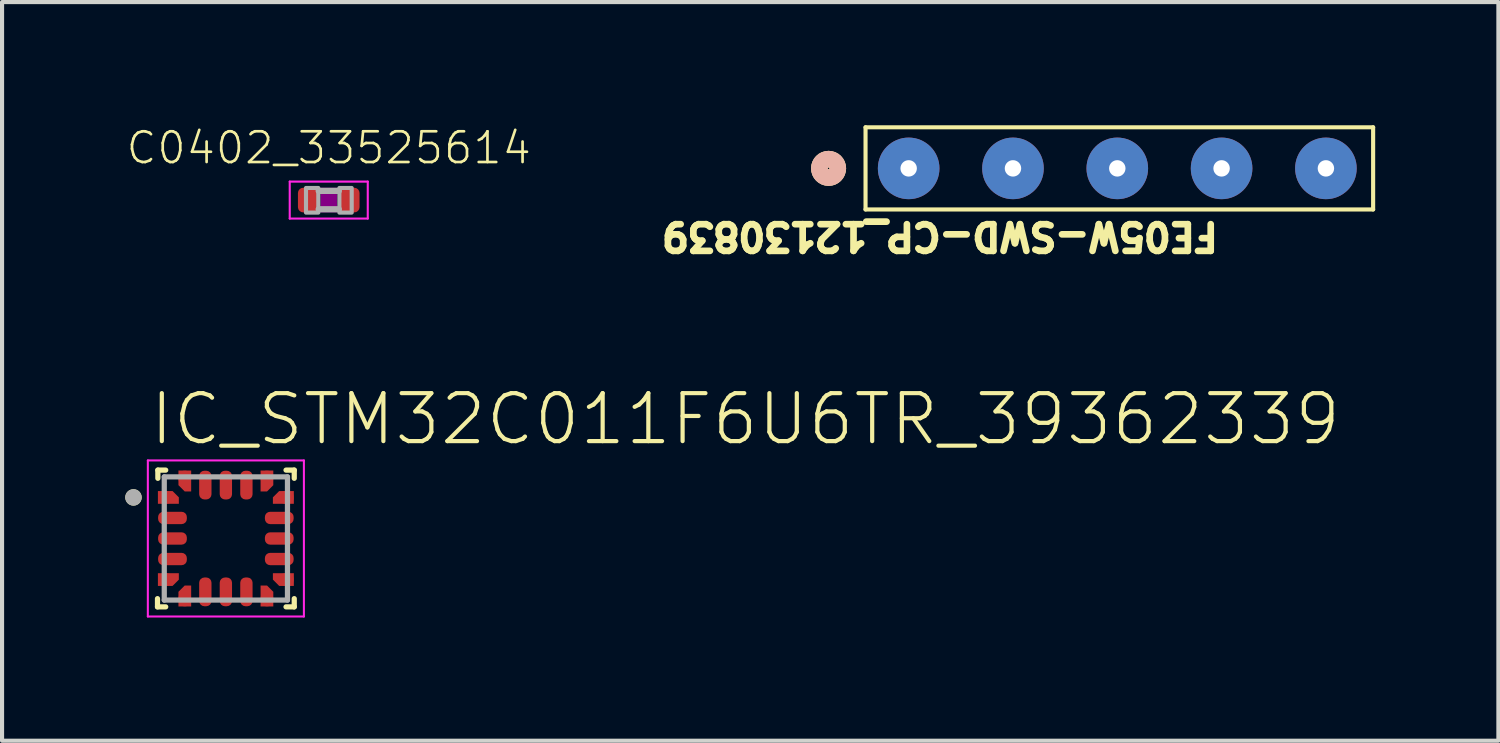
<source format=kicad_pcb>
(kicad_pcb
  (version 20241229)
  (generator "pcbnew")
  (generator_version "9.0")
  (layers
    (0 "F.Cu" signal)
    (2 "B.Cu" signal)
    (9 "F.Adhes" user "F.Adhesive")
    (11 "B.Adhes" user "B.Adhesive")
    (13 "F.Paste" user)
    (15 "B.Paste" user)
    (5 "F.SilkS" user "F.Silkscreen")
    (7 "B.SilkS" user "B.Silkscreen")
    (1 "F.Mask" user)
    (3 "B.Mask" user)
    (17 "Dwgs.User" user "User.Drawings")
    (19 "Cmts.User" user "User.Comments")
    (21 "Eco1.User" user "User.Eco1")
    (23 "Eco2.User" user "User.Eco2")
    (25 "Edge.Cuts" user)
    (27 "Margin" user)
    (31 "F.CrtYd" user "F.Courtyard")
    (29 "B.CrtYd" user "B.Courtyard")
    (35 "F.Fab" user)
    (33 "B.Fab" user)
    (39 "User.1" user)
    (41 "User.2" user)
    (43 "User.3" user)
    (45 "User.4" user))
  (footprint "IC_STM32C011F6U6TR_39362339"
    (layer "F.Cu")
    (at 2.45 10.062)
    (property "Reference" "IC_STM32C011F6U6TR_39362339" (at -1.905 -2.223 0) (unlocked yes) (layer "F.SilkS") (effects (font (size 1.168 1.168) (thickness 0.102)) (justify left bottom)))
    (fp_poly (pts (xy -1.145 -1.002) (xy -1.145 -0.845) (xy -1.655 -0.845) (xy -1.655 -1.155) (xy -1.298 -1.155)) (stroke (width 0) (type default)) (fill yes) (layer "F.Cu"))
    (fp_poly (pts (xy -1.145 1.002) (xy -1.298 1.155) (xy -1.655 1.155) (xy -1.655 0.845) (xy -1.145 0.845)) (stroke (width 0) (type default)) (fill yes) (layer "F.Cu"))
    (fp_poly (pts (xy -0.845 -1.145) (xy -1.002 -1.145) (xy -1.155 -1.298) (xy -1.155 -1.655) (xy -0.845 -1.655)) (stroke (width 0) (type default)) (fill yes) (layer "F.Cu"))
    (fp_poly (pts (xy -0.845 1.655) (xy -1.155 1.655) (xy -1.155 1.298) (xy -1.002 1.145) (xy -0.845 1.145)) (stroke (width 0) (type default)) (fill yes) (layer "F.Cu"))
    (fp_poly (pts (xy 1.155 -1.298) (xy 1.002 -1.145) (xy 0.845 -1.145) (xy 0.845 -1.655) (xy 1.155 -1.655)) (stroke (width 0) (type default)) (fill yes) (layer "F.Cu"))
    (fp_poly (pts (xy 1.155 1.298) (xy 1.155 1.655) (xy 0.845 1.655) (xy 0.845 1.145) (xy 1.002 1.145)) (stroke (width 0) (type default)) (fill yes) (layer "F.Cu"))
    (fp_poly (pts (xy 1.655 -0.845) (xy 1.145 -0.845) (xy 1.145 -1.002) (xy 1.298 -1.155) (xy 1.655 -1.155)) (stroke (width 0) (type default)) (fill yes) (layer "F.Cu"))
    (fp_poly (pts (xy 1.655 1.155) (xy 1.298 1.155) (xy 1.145 1.002) (xy 1.145 0.845) (xy 1.655 0.845)) (stroke (width 0) (type default)) (fill yes) (layer "F.Cu"))
    (fp_poly (pts (xy -1.7 -0.3) (xy -0.9 -0.3) (xy -0.9 -0.7) (xy -1.7 -0.7)) (stroke (width 0) (type default)) (fill yes) (layer "F.Mask"))
    (fp_poly (pts (xy -1.7 0.2) (xy -0.9 0.2) (xy -0.9 -0.2) (xy -1.7 -0.2)) (stroke (width 0) (type default)) (fill yes) (layer "F.Mask"))
    (fp_poly (pts (xy -1.7 0.7) (xy -0.9 0.7) (xy -0.9 0.3) (xy -1.7 0.3)) (stroke (width 0) (type default)) (fill yes) (layer "F.Mask"))
    (fp_poly (pts (xy -0.7 -0.9) (xy -0.3 -0.9) (xy -0.3 -1.7) (xy -0.7 -1.7)) (stroke (width 0) (type default)) (fill yes) (layer "F.Mask"))
    (fp_poly (pts (xy -0.7 1.7) (xy -0.3 1.7) (xy -0.3 0.9) (xy -0.7 0.9)) (stroke (width 0) (type default)) (fill yes) (layer "F.Mask"))
    (fp_poly (pts (xy -0.2 -0.9) (xy 0.2 -0.9) (xy 0.2 -1.7) (xy -0.2 -1.7)) (stroke (width 0) (type default)) (fill yes) (layer "F.Mask"))
    (fp_poly (pts (xy -0.2 1.7) (xy 0.2 1.7) (xy 0.2 0.9) (xy -0.2 0.9)) (stroke (width 0) (type default)) (fill yes) (layer "F.Mask"))
    (fp_poly (pts (xy 0.3 -0.9) (xy 0.7 -0.9) (xy 0.7 -1.7) (xy 0.3 -1.7)) (stroke (width 0) (type default)) (fill yes) (layer "F.Mask"))
    (fp_poly (pts (xy 0.3 1.7) (xy 0.7 1.7) (xy 0.7 0.9) (xy 0.3 0.9)) (stroke (width 0) (type default)) (fill yes) (layer "F.Mask"))
    (fp_poly (pts (xy 0.9 -0.3) (xy 1.7 -0.3) (xy 1.7 -0.7) (xy 0.9 -0.7)) (stroke (width 0) (type default)) (fill yes) (layer "F.Mask"))
    (fp_poly (pts (xy 0.9 0.2) (xy 1.7 0.2) (xy 1.7 -0.2) (xy 0.9 -0.2)) (stroke (width 0) (type default)) (fill yes) (layer "F.Mask"))
    (fp_poly (pts (xy 0.9 0.7) (xy 1.7 0.7) (xy 1.7 0.3) (xy 0.9 0.3)) (stroke (width 0) (type default)) (fill yes) (layer "F.Mask"))
    (fp_poly (pts (xy -1.095 -1.023) (xy -1.095 -0.795) (xy -1.705 -0.795) (xy -1.705 -1.205) (xy -1.277 -1.205)) (stroke (width 0) (type default)) (fill yes) (layer "F.Mask"))
    (fp_poly (pts (xy -1.095 1.023) (xy -1.277 1.205) (xy -1.705 1.205) (xy -1.705 0.795) (xy -1.095 0.795)) (stroke (width 0) (type default)) (fill yes) (layer "F.Mask"))
    (fp_poly (pts (xy -0.795 -1.095) (xy -1.023 -1.095) (xy -1.205 -1.277) (xy -1.205 -1.705) (xy -0.795 -1.705)) (stroke (width 0) (type default)) (fill yes) (layer "F.Mask"))
    (fp_poly (pts (xy -0.795 1.705) (xy -1.205 1.705) (xy -1.205 1.277) (xy -1.023 1.095) (xy -0.795 1.095)) (stroke (width 0) (type default)) (fill yes) (layer "F.Mask"))
    (fp_poly (pts (xy 1.205 -1.277) (xy 1.023 -1.095) (xy 0.795 -1.095) (xy 0.795 -1.705) (xy 1.205 -1.705)) (stroke (width 0) (type default)) (fill yes) (layer "F.Mask"))
    (fp_poly (pts (xy 1.205 1.277) (xy 1.205 1.705) (xy 0.795 1.705) (xy 0.795 1.095) (xy 1.023 1.095)) (stroke (width 0) (type default)) (fill yes) (layer "F.Mask"))
    (fp_poly (pts (xy 1.705 -0.795) (xy 1.095 -0.795) (xy 1.095 -1.023) (xy 1.277 -1.205) (xy 1.705 -1.205)) (stroke (width 0) (type default)) (fill yes) (layer "F.Mask"))
    (fp_poly (pts (xy 1.705 1.205) (xy 1.277 1.205) (xy 1.095 1.023) (xy 1.095 0.795) (xy 1.705 0.795)) (stroke (width 0) (type default)) (fill yes) (layer "F.Mask"))
    (fp_line (start -1.665 1.465) (end -1.665 1.665) (stroke (width 0.127) (type solid)) (layer "F.SilkS"))
    (fp_line (start -1.665 1.665) (end -1.465 1.665) (stroke (width 0.127) (type solid)) (layer "F.SilkS"))
    (fp_line (start -1.656 -1.665) (end -1.656 -1.465) (stroke (width 0.127) (type solid)) (layer "F.SilkS"))
    (fp_line (start -1.465 -1.665) (end -1.656 -1.665) (stroke (width 0.127) (type solid)) (layer "F.SilkS"))
    (fp_line (start 1.465 -1.665) (end 1.665 -1.665) (stroke (width 0.127) (type solid)) (layer "F.SilkS"))
    (fp_line (start 1.465 1.665) (end 1.665 1.665) (stroke (width 0.127) (type solid)) (layer "F.SilkS"))
    (fp_line (start 1.665 -1.665) (end 1.665 -1.465) (stroke (width 0.127) (type solid)) (layer "F.SilkS"))
    (fp_line (start 1.665 1.665) (end 1.665 1.465) (stroke (width 0.127) (type solid)) (layer "F.SilkS"))
    (fp_circle (center -2.25 -1) (end -2.15 -1) (stroke (width 0.2) (type solid)) (fill no) (layer "F.SilkS"))
    (fp_poly (pts (xy -1.145 -1.002) (xy -1.145 -0.845) (xy -1.655 -0.845) (xy -1.655 -1.155) (xy -1.298 -1.155)) (stroke (width 0) (type default)) (fill yes) (layer "F.Paste"))
    (fp_poly (pts (xy -1.145 1.002) (xy -1.298 1.155) (xy -1.655 1.155) (xy -1.655 0.845) (xy -1.145 0.845)) (stroke (width 0) (type default)) (fill yes) (layer "F.Paste"))
    (fp_poly (pts (xy -0.845 -1.145) (xy -1.002 -1.145) (xy -1.155 -1.298) (xy -1.155 -1.655) (xy -0.845 -1.655)) (stroke (width 0) (type default)) (fill yes) (layer "F.Paste"))
    (fp_poly (pts (xy -0.845 1.655) (xy -1.155 1.655) (xy -1.155 1.298) (xy -1.002 1.145) (xy -0.845 1.145)) (stroke (width 0) (type default)) (fill yes) (layer "F.Paste"))
    (fp_poly (pts (xy 1.155 -1.298) (xy 1.002 -1.145) (xy 0.845 -1.145) (xy 0.845 -1.655) (xy 1.155 -1.655)) (stroke (width 0) (type default)) (fill yes) (layer "F.Paste"))
    (fp_poly (pts (xy 1.155 1.298) (xy 1.155 1.655) (xy 0.845 1.655) (xy 0.845 1.145) (xy 1.002 1.145)) (stroke (width 0) (type default)) (fill yes) (layer "F.Paste"))
    (fp_poly (pts (xy 1.655 -0.845) (xy 1.145 -0.845) (xy 1.145 -1.002) (xy 1.298 -1.155) (xy 1.655 -1.155)) (stroke (width 0) (type default)) (fill yes) (layer "F.Paste"))
    (fp_poly (pts (xy 1.655 1.155) (xy 1.298 1.155) (xy 1.145 1.002) (xy 1.145 0.845) (xy 1.655 0.845)) (stroke (width 0) (type default)) (fill yes) (layer "F.Paste"))
    (fp_line (start -1.9 -1.9) (end 1.9 -1.9) (stroke (width 0.05) (type solid)) (layer "F.CrtYd"))
    (fp_line (start -1.9 1.9) (end -1.9 -1.9) (stroke (width 0.05) (type solid)) (layer "F.CrtYd"))
    (fp_line (start 1.9 -1.9) (end 1.9 1.9) (stroke (width 0.05) (type solid)) (layer "F.CrtYd"))
    (fp_line (start 1.9 1.9) (end -1.9 1.9) (stroke (width 0.05) (type solid)) (layer "F.CrtYd"))
    (fp_line (start -1.5 -1.5) (end 1.5 -1.5) (stroke (width 0.127) (type solid)) (layer "F.Fab"))
    (fp_line (start -1.5 1.5) (end -1.5 -1.5) (stroke (width 0.127) (type solid)) (layer "F.Fab"))
    (fp_line (start 1.5 -1.5) (end 1.5 1.5) (stroke (width 0.127) (type solid)) (layer "F.Fab"))
    (fp_line (start 1.5 1.5) (end -1.5 1.5) (stroke (width 0.127) (type solid)) (layer "F.Fab"))
    (fp_circle (center -2.25 -1) (end -2.15 -1) (stroke (width 0.2) (type solid)) (fill no) (layer "F.Fab"))
    (pad "1" smd roundrect (at -1.475 -1) (size 0.35 0.3) (layers "F.Cu") (roundrect_rratio 0.423))
    (pad "2" smd roundrect (at -1.3 -0.5) (size 0.7 0.3) (layers "F.Cu" "F.Paste") (roundrect_rratio 0.423))
    (pad "3" smd roundrect (at -1.3 0) (size 0.7 0.3) (layers "F.Cu" "F.Paste") (roundrect_rratio 0.423))
    (pad "4" smd roundrect (at -1.3 0.5) (size 0.7 0.3) (layers "F.Cu" "F.Paste") (roundrect_rratio 0.423))
    (pad "5" smd roundrect (at -1.475 1) (size 0.35 0.3) (layers "F.Cu") (roundrect_rratio 0.423))
    (pad "6" smd roundrect (at -1 1.475) (size 0.3 0.35) (layers "F.Cu") (roundrect_rratio 0.423))
    (pad "7" smd roundrect (at -0.5 1.3) (size 0.3 0.7) (layers "F.Cu" "F.Paste") (roundrect_rratio 0.423))
    (pad "8" smd roundrect (at 0 1.3) (size 0.3 0.7) (layers "F.Cu" "F.Paste") (roundrect_rratio 0.423))
    (pad "9" smd roundrect (at 0.5 1.3) (size 0.3 0.7) (layers "F.Cu" "F.Paste") (roundrect_rratio 0.423))
    (pad "10" smd roundrect (at 1 1.475) (size 0.3 0.35) (layers "F.Cu") (roundrect_rratio 0.423))
    (pad "11" smd roundrect (at 1.475 1) (size 0.35 0.3) (layers "F.Cu") (roundrect_rratio 0.423))
    (pad "12" smd roundrect (at 1.3 0.5) (size 0.7 0.3) (layers "F.Cu" "F.Paste") (roundrect_rratio 0.423))
    (pad "13" smd roundrect (at 1.3 0) (size 0.7 0.3) (layers "F.Cu" "F.Paste") (roundrect_rratio 0.423))
    (pad "14" smd roundrect (at 1.3 -0.5) (size 0.7 0.3) (layers "F.Cu" "F.Paste") (roundrect_rratio 0.423))
    (pad "15" smd roundrect (at 1.475 -1) (size 0.35 0.3) (layers "F.Cu") (roundrect_rratio 0.423))
    (pad "16" smd roundrect (at 1 -1.475) (size 0.3 0.35) (layers "F.Cu") (roundrect_rratio 0.423))
    (pad "17" smd roundrect (at 0.5 -1.3) (size 0.3 0.7) (layers "F.Cu" "F.Paste") (roundrect_rratio 0.423))
    (pad "18" smd roundrect (at 0 -1.3) (size 0.3 0.7) (layers "F.Cu" "F.Paste") (roundrect_rratio 0.423))
    (pad "19" smd roundrect (at -0.5 -1.3) (size 0.3 0.7) (layers "F.Cu" "F.Paste") (roundrect_rratio 0.423))
    (pad "20" smd roundrect (at -1 -1.475) (size 0.3 0.35) (layers "F.Cu") (roundrect_rratio 0.423)))
  (footprint "C0402_33525614"
    (layer "F.Cu")
    (at 4.955 1.822)
    (property "Reference" "C0402_33525614" (at 0 -1.27 0) (unlocked yes) (layer "F.SilkS") (effects (font (size 0.748 0.748) (thickness 0.065))))
    (fp_poly (pts (xy -0.2 0.3) (xy 0.2 0.3) (xy 0.2 -0.3) (xy -0.2 -0.3)) (stroke (width 0) (type default)) (fill yes) (layer "F.Adhes"))
    (fp_line (start -0.95 -0.45) (end 0.95 -0.45) (stroke (width 0.051) (type solid)) (layer "F.CrtYd"))
    (fp_line (start -0.95 0.45) (end -0.95 -0.45) (stroke (width 0.051) (type solid)) (layer "F.CrtYd"))
    (fp_line (start 0.95 -0.45) (end 0.95 0.45) (stroke (width 0.051) (type solid)) (layer "F.CrtYd"))
    (fp_line (start 0.95 0.45) (end -0.95 0.45) (stroke (width 0.051) (type solid)) (layer "F.CrtYd"))
    (fp_line (start -0.245 -0.224) (end 0.245 -0.224) (stroke (width 0.152) (type solid)) (layer "F.Fab"))
    (fp_line (start 0.245 0.224) (end -0.245 0.224) (stroke (width 0.152) (type solid)) (layer "F.Fab"))
    (fp_poly (pts (xy -0.554 0.305) (xy -0.254 0.305) (xy -0.254 -0.295) (xy -0.554 -0.295)) (stroke (width 0.1) (type default)) (fill no) (layer "F.Fab"))
    (fp_poly (pts (xy 0.259 0.305) (xy 0.559 0.305) (xy 0.559 -0.295) (xy 0.259 -0.295)) (stroke (width 0.1) (type default)) (fill no) (layer "F.Fab"))
    (pad "1" smd roundrect (at -0.5 0) (size 0.5 0.6) (layers "F.Cu" "F.Mask" "F.Paste") (roundrect_rratio 0.254))
    (pad "2" smd roundrect (at 0.5 0) (size 0.5 0.6) (layers "F.Cu" "F.Mask" "F.Paste") (roundrect_rratio 0.254)))
  (footprint "FE05W-SWD-CP_12130839"
    (layer "F.Cu")
    (at 24.156 1.05)
    (property "Reference" "FE05W-SWD-CP_12130839" (at -4.318 1.651 180) (unlocked yes) (layer "F.SilkS") (effects (font (size 0.65 0.65) (thickness 0.163))))
    (fp_line (start -6.13 -1) (end -6.13 1) (stroke (width 0.1) (type solid)) (layer "F.SilkS"))
    (fp_line (start -6.13 1) (end 6.23 1) (stroke (width 0.1) (type solid)) (layer "F.SilkS"))
    (fp_line (start 6.23 -1) (end -6.13 -1) (stroke (width 0.1) (type solid)) (layer "F.SilkS"))
    (fp_line (start 6.23 1) (end 6.23 -1) (stroke (width 0.1) (type solid)) (layer "F.SilkS"))
    (fp_circle (center -7.03 0) (end -6.806 0) (stroke (width 0.406) (type solid)) (fill no) (layer "F.SilkS"))
    (fp_circle (center -7.03 0) (end -6.806 0) (stroke (width 0.406) (type solid)) (fill no) (layer "B.SilkS"))
    (pad "1" thru_hole circle (at -5.08 0) (size 1.5 1.5) (drill 0.4) (layers "*.Cu" "*.Mask"))
    (pad "2" thru_hole circle (at -2.54 0) (size 1.5 1.5) (drill 0.4) (layers "*.Cu" "*.Mask"))
    (pad "3" thru_hole circle (at 0 0) (size 1.5 1.5) (drill 0.4) (layers "*.Cu" "*.Mask"))
    (pad "4" thru_hole circle (at 2.54 0) (size 1.5 1.5) (drill 0.4) (layers "*.Cu" "*.Mask"))
    (pad "5" thru_hole circle (at 5.08 0) (size 1.5 1.5) (drill 0.4) (layers "*.Cu" "*.Mask")))
  (gr_rect
    (start -3 -3)
    (end 33.436 14.987)
    (stroke (width 0.1) (type default))
    (fill no)
    (layer "Edge.Cuts")))
</source>
